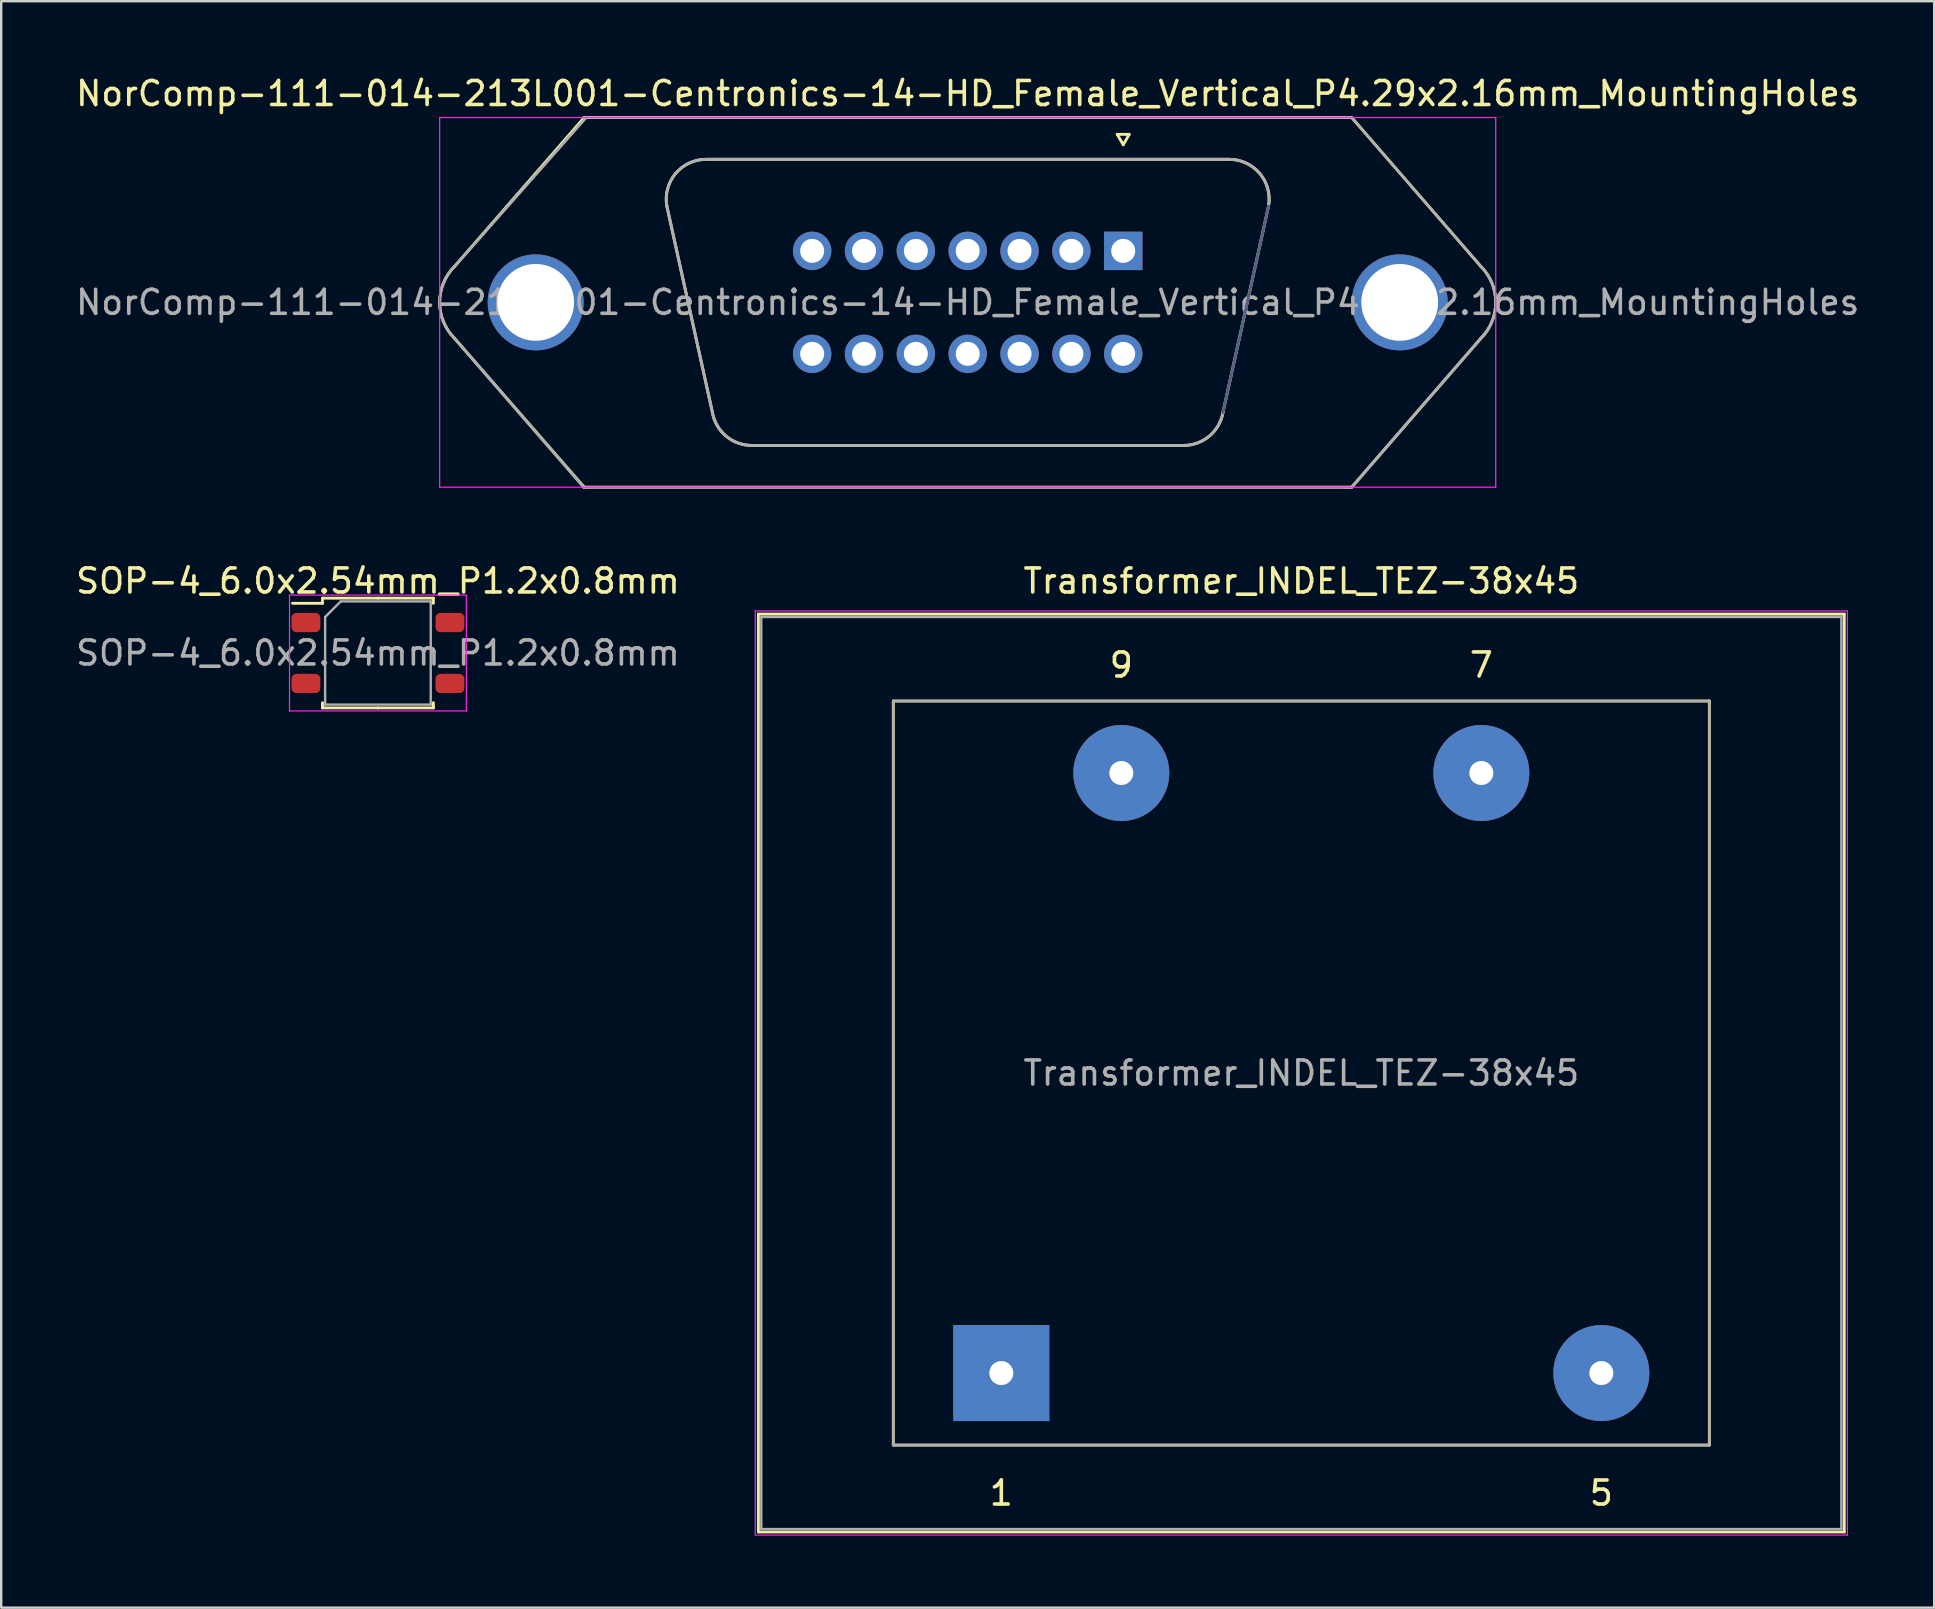
<source format=kicad_pcb>
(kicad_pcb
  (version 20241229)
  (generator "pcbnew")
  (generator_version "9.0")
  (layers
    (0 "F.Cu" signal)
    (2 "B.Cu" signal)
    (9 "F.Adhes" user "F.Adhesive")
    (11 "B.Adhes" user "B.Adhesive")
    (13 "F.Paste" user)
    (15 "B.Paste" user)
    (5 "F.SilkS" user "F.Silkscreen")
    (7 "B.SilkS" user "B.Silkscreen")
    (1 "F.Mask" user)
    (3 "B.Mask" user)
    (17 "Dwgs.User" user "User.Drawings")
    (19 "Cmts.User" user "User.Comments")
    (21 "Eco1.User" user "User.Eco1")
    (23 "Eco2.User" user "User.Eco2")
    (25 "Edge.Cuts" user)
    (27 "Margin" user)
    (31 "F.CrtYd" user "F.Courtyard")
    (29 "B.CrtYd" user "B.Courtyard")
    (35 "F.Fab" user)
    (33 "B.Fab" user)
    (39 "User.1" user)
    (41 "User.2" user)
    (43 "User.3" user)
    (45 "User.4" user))
  (footprint "SOP-4_6.0x2.54mm_P1.2x0.8mm"
    (layer "F.Cu")
    (at 12.696 24.157)
    (property "Reference" "SOP-4_6.0x2.54mm_P1.2x0.8mm" (at 0 -3 0) (layer "F.SilkS") (effects (font (size 1 1) (thickness 0.15))))
    (attr smd)
    (fp_line (start -2.31 -2.286) (end -2.31 -2.071) (stroke (width 0.12) (type solid)) (layer "F.SilkS"))
    (fp_line (start -2.31 -2.071) (end -3.556 -2.071) (stroke (width 0.12) (type solid)) (layer "F.SilkS"))
    (fp_line (start -2.31 2.286) (end -2.31 2.071) (stroke (width 0.12) (type solid)) (layer "F.SilkS"))
    (fp_line (start 0 -2.286) (end -2.31 -2.286) (stroke (width 0.12) (type solid)) (layer "F.SilkS"))
    (fp_line (start 0 -2.286) (end 2.31 -2.286) (stroke (width 0.12) (type solid)) (layer "F.SilkS"))
    (fp_line (start 0 2.286) (end -2.31 2.286) (stroke (width 0.12) (type solid)) (layer "F.SilkS"))
    (fp_line (start 0 2.286) (end 2.31 2.286) (stroke (width 0.12) (type solid)) (layer "F.SilkS"))
    (fp_line (start 2.31 -2.286) (end 2.31 -2.071) (stroke (width 0.12) (type solid)) (layer "F.SilkS"))
    (fp_line (start 2.31 2.286) (end 2.31 2.071) (stroke (width 0.12) (type solid)) (layer "F.SilkS"))
    (fp_line (start -3.683 -2.413) (end -3.683 2.413) (stroke (width 0.05) (type solid)) (layer "F.CrtYd"))
    (fp_line (start -3.683 2.413) (end 3.683 2.413) (stroke (width 0.05) (type solid)) (layer "F.CrtYd"))
    (fp_line (start 3.683 -2.413) (end -3.683 -2.413) (stroke (width 0.05) (type solid)) (layer "F.CrtYd"))
    (fp_line (start 3.683 2.413) (end 3.683 -2.413) (stroke (width 0.05) (type solid)) (layer "F.CrtYd"))
    (fp_line (start -2.2 -1.5) (end -1.55 -2.15) (stroke (width 0.1) (type solid)) (layer "F.Fab"))
    (fp_line (start -2.2 2.15) (end -2.2 -1.5) (stroke (width 0.1) (type solid)) (layer "F.Fab"))
    (fp_line (start -1.55 -2.15) (end 2.2 -2.15) (stroke (width 0.1) (type solid)) (layer "F.Fab"))
    (fp_line (start 2.2 -2.15) (end 2.2 2.15) (stroke (width 0.1) (type solid)) (layer "F.Fab"))
    (fp_line (start 2.2 2.15) (end -2.2 2.15) (stroke (width 0.1) (type solid)) (layer "F.Fab"))
    (fp_text user "${REFERENCE}" (at 0 0 0) (layer "F.Fab") (effects (font (size 1 1) (thickness 0.15))))
    (pad "1" smd roundrect (at -3 -1.27) (size 1.2 0.8) (layers "F.Cu" "F.Mask" "F.Paste") (roundrect_rratio 0.25))
    (pad "2" smd roundrect (at -3 1.27) (size 1.2 0.8) (layers "F.Cu" "F.Mask" "F.Paste") (roundrect_rratio 0.25))
    (pad "3" smd roundrect (at 3 1.27) (size 1.2 0.8) (layers "F.Cu" "F.Mask" "F.Paste") (roundrect_rratio 0.25))
    (pad "4" smd roundrect (at 3 -1.27) (size 1.2 0.8) (layers "F.Cu" "F.Mask" "F.Paste") (roundrect_rratio 0.25)))
  (footprint "NorComp-111-014-213L001-Centronics-14-HD_Female_Vertical_P4.29x2.16mm_MountingHoles"
    (layer "F.Cu")
    (at 37.268 9.548)
    (property "Reference" "NorComp-111-014-213L001-Centronics-14-HD_Female_Vertical_P4.29x2.16mm_MountingHoles" (at 0 -8.7 0) (layer "F.SilkS") (effects (font (size 1 1) (thickness 0.15))))
    (attr through_hole)
    (fp_line (start -16 -7.7) (end 16 -7.7) (stroke (width 0.12) (type solid)) (layer "F.SilkS"))
    (fp_line (start -15.979 -7.7) (end -21.379 -1.5) (stroke (width 0.12) (type solid)) (layer "F.SilkS"))
    (fp_line (start -15.979 7.7) (end -21.379 1.5) (stroke (width 0.12) (type solid)) (layer "F.SilkS"))
    (fp_line (start -12.535 -4.012) (end -10.635 4.588) (stroke (width 0.12) (type solid)) (layer "F.SilkS"))
    (fp_line (start -10.9 -5.96) (end 10.9 -5.96) (stroke (width 0.12) (type solid)) (layer "F.SilkS"))
    (fp_line (start -9 5.96) (end 9 5.96) (stroke (width 0.12) (type solid)) (layer "F.SilkS"))
    (fp_line (start 6.23 -7) (end 6.73 -7) (stroke (width 0.12) (type solid)) (layer "F.SilkS"))
    (fp_line (start 6.48 -6.567) (end 6.23 -7) (stroke (width 0.12) (type solid)) (layer "F.SilkS"))
    (fp_line (start 6.73 -7) (end 6.48 -6.567) (stroke (width 0.12) (type solid)) (layer "F.SilkS"))
    (fp_line (start 12.535 -4.012) (end 10.635 4.588) (stroke (width 0.12) (type solid)) (layer "F.SilkS"))
    (fp_line (start 16 -7.7) (end 21.379 -1.5) (stroke (width 0.12) (type solid)) (layer "F.SilkS"))
    (fp_line (start 16 7.7) (end -16 7.7) (stroke (width 0.12) (type solid)) (layer "F.SilkS"))
    (fp_line (start 16 7.7) (end 21.379 1.5) (stroke (width 0.12) (type solid)) (layer "F.SilkS"))
    (fp_arc (start -21.37868 1.5) (mid -22 0) (end -21.37868 -1.5) (stroke (width 0.12) (type solid)) (layer "F.SilkS"))
    (fp_arc (start -12.53478 -4.011743) (mid -12.171633 -5.367027) (end -10.899999 -5.959999) (stroke (width 0.12) (type solid)) (layer "F.SilkS"))
    (fp_arc (start -8.999999 5.959999) (mid -10.067027 5.571633) (end -10.63478 4.588255) (stroke (width 0.12) (type solid)) (layer "F.SilkS"))
    (fp_arc (start 10.63478 4.588255) (mid 10.067027 5.571633) (end 8.999999 5.959999) (stroke (width 0.12) (type solid)) (layer "F.SilkS"))
    (fp_arc (start 10.899999 -5.96) (mid 12.171634 -5.367028) (end 12.53478 -4.011744) (stroke (width 0.12) (type solid)) (layer "F.SilkS"))
    (fp_arc (start 21.37868 -1.5) (mid 22 0) (end 21.37868 1.5) (stroke (width 0.12) (type solid)) (layer "F.SilkS"))
    (fp_line (start -22 -7.7) (end -22 7.7) (stroke (width 0.05) (type solid)) (layer "F.CrtYd"))
    (fp_line (start -22 7.7) (end 22 7.7) (stroke (width 0.05) (type solid)) (layer "F.CrtYd"))
    (fp_line (start 22 -7.7) (end -22 -7.7) (stroke (width 0.05) (type solid)) (layer "F.CrtYd"))
    (fp_line (start 22 7.7) (end 22 -7.7) (stroke (width 0.05) (type solid)) (layer "F.CrtYd"))
    (fp_line (start 12.535 -4.012) (end 10.635 4.588) (stroke (width 0.12) (type solid)) (layer "B.Fab"))
    (fp_line (start -16 -7.7) (end 16 -7.7) (stroke (width 0.1) (type solid)) (layer "F.Fab"))
    (fp_line (start -16 7.7) (end -21.379 1.5) (stroke (width 0.12) (type solid)) (layer "F.Fab"))
    (fp_line (start -15.9 -7.7) (end -21.379 -1.5) (stroke (width 0.12) (type solid)) (layer "F.Fab"))
    (fp_line (start -12.535 -4.012) (end -10.635 4.588) (stroke (width 0.12) (type solid)) (layer "F.Fab"))
    (fp_line (start -10.9 -5.96) (end 10.9 -5.96) (stroke (width 0.12) (type solid)) (layer "F.Fab"))
    (fp_line (start -9 5.96) (end 9 5.96) (stroke (width 0.12) (type solid)) (layer "F.Fab"))
    (fp_line (start 16 -7.7) (end 21.379 -1.5) (stroke (width 0.1) (type solid)) (layer "F.Fab"))
    (fp_line (start 16 7.7) (end -16 7.7) (stroke (width 0.1) (type solid)) (layer "F.Fab"))
    (fp_line (start 16 7.7) (end 21.379 1.5) (stroke (width 0.12) (type solid)) (layer "F.Fab"))
    (fp_arc (start -21.37868 1.5) (mid -22 0) (end -21.37868 -1.5) (stroke (width 0.12) (type solid)) (layer "F.Fab"))
    (fp_arc (start -12.53478 -4.011743) (mid -12.171633 -5.367027) (end -10.899999 -5.959999) (stroke (width 0.12) (type solid)) (layer "F.Fab"))
    (fp_arc (start -8.999999 5.959999) (mid -10.067026 5.571633) (end -10.63478 4.588255) (stroke (width 0.12) (type solid)) (layer "F.Fab"))
    (fp_arc (start 10.63478 4.588255) (mid 10.067027 5.571633) (end 8.999999 5.959999) (stroke (width 0.12) (type solid)) (layer "F.Fab"))
    (fp_arc (start 10.899999 -5.96) (mid 12.171633 -5.367028) (end 12.53478 -4.011744) (stroke (width 0.12) (type solid)) (layer "F.Fab"))
    (fp_arc (start 21.37868 -1.5) (mid 22 0) (end 21.37868 1.5) (stroke (width 0.12) (type solid)) (layer "F.Fab"))
    (fp_text user "${REFERENCE}" (at 0 0 0) (layer "F.Fab") (effects (font (size 1 1) (thickness 0.15))))
    (pad "0" thru_hole circle (at -18 0) (size 4 4) (drill 3.2) (layers "*.Cu" "*.Mask"))
    (pad "0" thru_hole circle (at 18 0) (size 4 4) (drill 3.2) (layers "*.Cu" "*.Mask"))
    (pad "1" thru_hole rect (at 6.48 -2.145) (size 1.6 1.6) (drill 1) (layers "*.Cu" "*.Mask"))
    (pad "2" thru_hole circle (at 4.32 -2.145) (size 1.6 1.6) (drill 1) (layers "*.Cu" "*.Mask"))
    (pad "3" thru_hole circle (at 2.16 -2.145) (size 1.6 1.6) (drill 1) (layers "*.Cu" "*.Mask"))
    (pad "4" thru_hole circle (at 0 -2.145) (size 1.6 1.6) (drill 1) (layers "*.Cu" "*.Mask"))
    (pad "5" thru_hole circle (at -2.16 -2.145) (size 1.6 1.6) (drill 1) (layers "*.Cu" "*.Mask"))
    (pad "6" thru_hole circle (at -4.32 -2.145) (size 1.6 1.6) (drill 1) (layers "*.Cu" "*.Mask"))
    (pad "7" thru_hole circle (at -6.48 -2.145) (size 1.6 1.6) (drill 1) (layers "*.Cu" "*.Mask"))
    (pad "8" thru_hole circle (at 6.48 2.145) (size 1.6 1.6) (drill 1) (layers "*.Cu" "*.Mask"))
    (pad "9" thru_hole circle (at 4.32 2.145) (size 1.6 1.6) (drill 1) (layers "*.Cu" "*.Mask"))
    (pad "10" thru_hole circle (at 2.16 2.145) (size 1.6 1.6) (drill 1) (layers "*.Cu" "*.Mask"))
    (pad "11" thru_hole circle (at 0 2.145) (size 1.6 1.6) (drill 1) (layers "*.Cu" "*.Mask"))
    (pad "12" thru_hole circle (at -2.16 2.145) (size 1.6 1.6) (drill 1) (layers "*.Cu" "*.Mask"))
    (pad "13" thru_hole circle (at -4.32 2.145) (size 1.6 1.6) (drill 1) (layers "*.Cu" "*.Mask"))
    (pad "14" thru_hole circle (at -6.48 2.145) (size 1.6 1.6) (drill 1) (layers "*.Cu" "*.Mask")))
  (footprint "Transformer_INDEL_TEZ-38x45"
    (layer "F.Cu")
    (at 38.668 54.157)
    (property "Reference" "Transformer_INDEL_TEZ-38x45" (at 12.5 -33 0) (layer "F.SilkS") (effects (font (size 1 1) (thickness 0.15))))
    (attr through_hole)
    (fp_line (start -10.12 -31.62) (end -10.12 6.62) (stroke (width 0.12) (type solid)) (layer "F.SilkS"))
    (fp_line (start -10.12 -31.62) (end 35.12 -31.62) (stroke (width 0.12) (type solid)) (layer "F.SilkS"))
    (fp_line (start -4.5 -28) (end 29.5 -28) (stroke (width 0.12) (type solid)) (layer "F.SilkS"))
    (fp_line (start -4.5 3) (end -4.5 -28) (stroke (width 0.12) (type solid)) (layer "F.SilkS"))
    (fp_line (start 29.5 -28) (end 29.5 3) (stroke (width 0.12) (type solid)) (layer "F.SilkS"))
    (fp_line (start 29.5 3) (end -4.5 3) (stroke (width 0.12) (type solid)) (layer "F.SilkS"))
    (fp_line (start 35.12 6.62) (end -10.12 6.62) (stroke (width 0.12) (type solid)) (layer "F.SilkS"))
    (fp_line (start 35.12 6.62) (end 35.12 -31.62) (stroke (width 0.12) (type solid)) (layer "F.SilkS"))
    (fp_line (start -10.25 -31.75) (end -10.25 6.75) (stroke (width 0.05) (type solid)) (layer "F.CrtYd"))
    (fp_line (start -10.25 -31.75) (end 35.25 -31.75) (stroke (width 0.05) (type solid)) (layer "F.CrtYd"))
    (fp_line (start 35.25 6.75) (end -10.25 6.75) (stroke (width 0.05) (type solid)) (layer "F.CrtYd"))
    (fp_line (start 35.25 6.75) (end 35.25 -31.75) (stroke (width 0.05) (type solid)) (layer "F.CrtYd"))
    (fp_line (start -10 -31.5) (end 35 -31.5) (stroke (width 0.1) (type solid)) (layer "F.Fab"))
    (fp_line (start -10 6.5) (end -10 -31.5) (stroke (width 0.1) (type solid)) (layer "F.Fab"))
    (fp_line (start -4.5 -28) (end 29.5 -28) (stroke (width 0.1) (type solid)) (layer "F.Fab"))
    (fp_line (start -4.5 3) (end -4.5 -28) (stroke (width 0.1) (type solid)) (layer "F.Fab"))
    (fp_line (start 29.5 -28) (end 29.5 3) (stroke (width 0.1) (type solid)) (layer "F.Fab"))
    (fp_line (start 29.5 3) (end -4.5 3) (stroke (width 0.1) (type solid)) (layer "F.Fab"))
    (fp_line (start 35 -31.5) (end 35 6.5) (stroke (width 0.1) (type solid)) (layer "F.Fab"))
    (fp_line (start 35 6.5) (end -10 6.5) (stroke (width 0.1) (type solid)) (layer "F.Fab"))
    (fp_text user "9" (at 5 -29.5 0) (layer "F.SilkS") (effects (font (size 1 1) (thickness 0.15))))
    (fp_text user "5" (at 25 5 0) (layer "F.SilkS") (effects (font (size 1 1) (thickness 0.15))))
    (fp_text user "1" (at 0 5 0) (layer "F.SilkS") (effects (font (size 1 1) (thickness 0.15))))
    (fp_text user "7" (at 20 -29.5 0) (layer "F.SilkS") (effects (font (size 1 1) (thickness 0.15))))
    (fp_text user "${REFERENCE}" (at 12.5 -12.5 0) (layer "F.Fab") (effects (font (size 1 1) (thickness 0.15))))
    (pad "1" thru_hole rect (at 0 0) (size 4 4) (drill 1) (layers "*.Cu" "*.Mask"))
    (pad "5" thru_hole circle (at 25 0) (size 4 4) (drill 1) (layers "*.Cu" "*.Mask"))
    (pad "7" thru_hole circle (at 20 -25) (size 4 4) (drill 1) (layers "*.Cu" "*.Mask"))
    (pad "9" thru_hole circle (at 5 -25) (size 4 4) (drill 1) (layers "*.Cu" "*.Mask")))
  (gr_rect
    (start -3 -3)
    (end 77.536 63.931)
    (stroke (width 0.1) (type default))
    (fill no)
    (layer "Edge.Cuts")))
</source>
